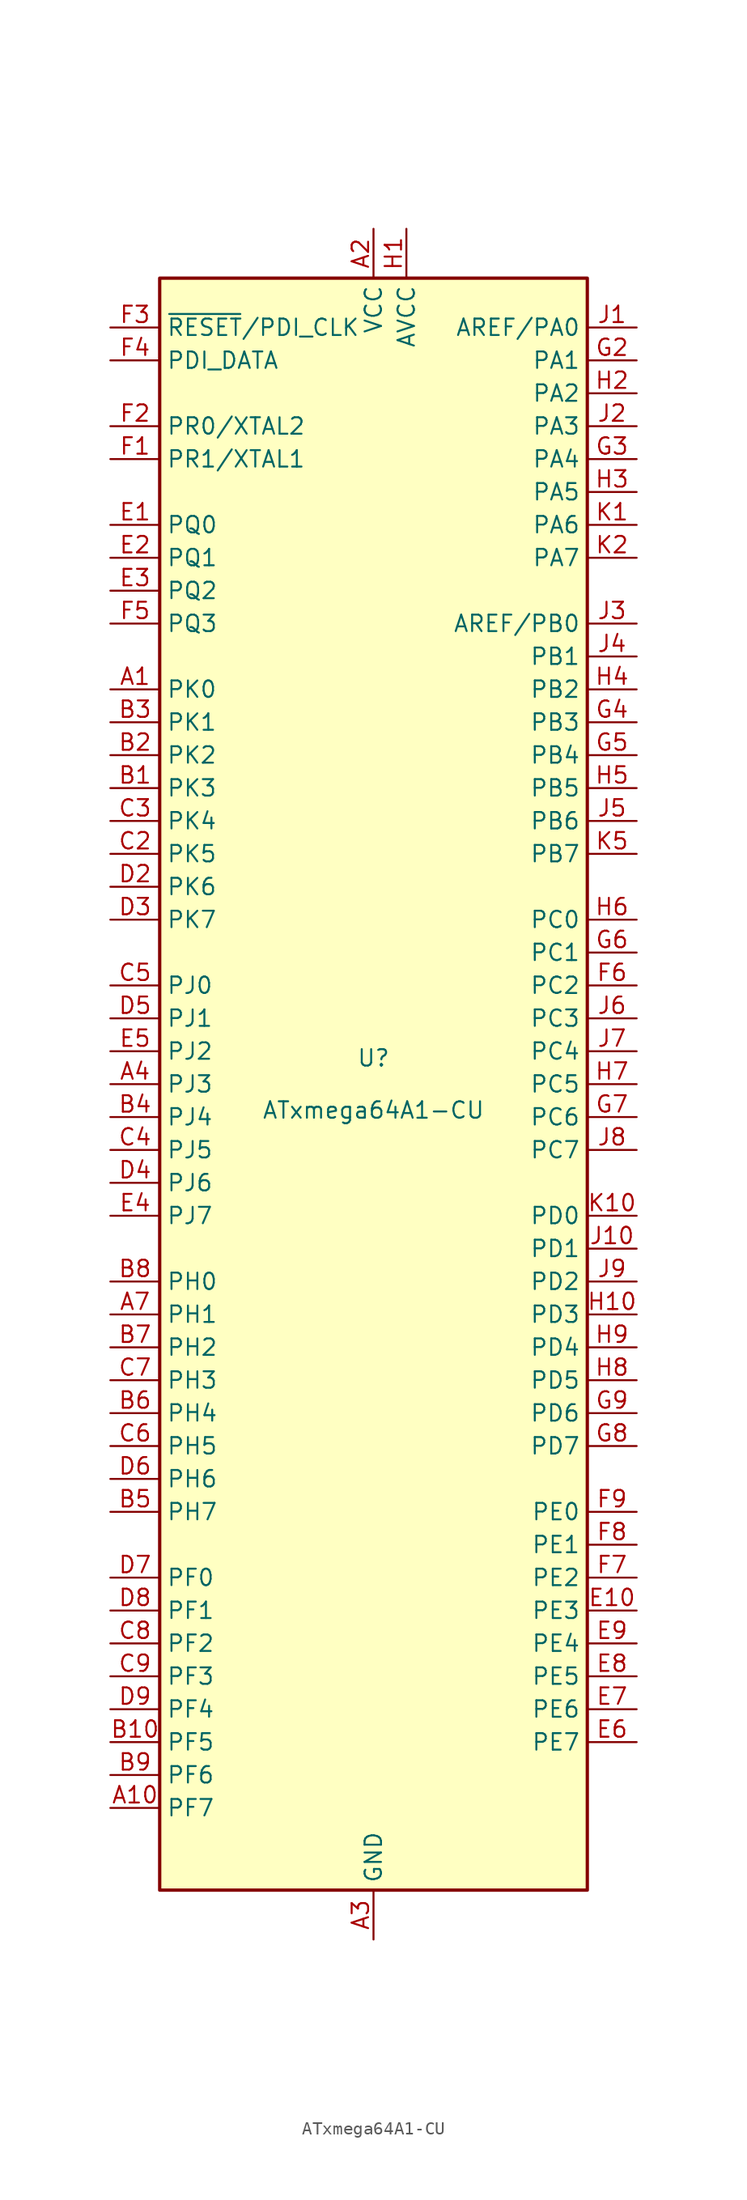
<source format=kicad_sym>
(kicad_symbol_lib
  (version 20201005)
  (generator kicad_symbol_editor)
  (symbol "ATxmega64A1-CU"
    (property "Reference" "U"
      (at 0 1.27 0)
      (effects (font (size 1.27 1.27)) (justify bottom)))
    (property "Value" "ATxmega64A1-CU"
      (at 0 -1.27 0)
      (effects (font (size 1.27 1.27)) (justify top)))
    (symbol "ATxmega64A1-CU_0_1"
      (rectangle (start -16.51 -62.23) (end 16.51 62.23) (stroke (width 0.254)) (fill (type background))))
    (symbol "ATxmega64A1-CU_1_1"
      (pin tri_state line (at -20.32 30.48 0) (length 3.81) (name "PK0" (effects (font (size 1.27 1.27)))) (number "A1" (effects (font (size 1.27 1.27)))))
      (pin tri_state line (at -20.32 -55.88 0) (length 3.81) (name "PF7" (effects (font (size 1.27 1.27)))) (number "A10" (effects (font (size 1.27 1.27)))))
      (pin power_in line (at 0 66.04 270) (length 3.81) (name "VCC" (effects (font (size 1.27 1.27)))) (number "A2" (effects (font (size 1.27 1.27)))))
      (pin power_in line (at 0 -66.04 90) (length 3.81) (name "GND" (effects (font (size 1.27 1.27)))) (number "A3" (effects (font (size 1.27 1.27)))))
      (pin tri_state line (at -20.32 0 0) (length 3.81) (name "PJ3" (effects (font (size 1.27 1.27)))) (number "A4" (effects (font (size 1.27 1.27)))))
      (pin passive line (at 0 66.04 270) (length 3.81) hide (name "VCC" (effects (font (size 1.27 1.27)))) (number "A5" (effects (font (size 1.27 1.27)))))
      (pin passive line (at 0 -66.04 90) (length 3.81) hide (name "GND" (effects (font (size 1.27 1.27)))) (number "A6" (effects (font (size 1.27 1.27)))))
      (pin tri_state line (at -20.32 -17.78 0) (length 3.81) (name "PH1" (effects (font (size 1.27 1.27)))) (number "A7" (effects (font (size 1.27 1.27)))))
      (pin passive line (at 0 -66.04 90) (length 3.81) hide (name "GND" (effects (font (size 1.27 1.27)))) (number "A8" (effects (font (size 1.27 1.27)))))
      (pin passive line (at 0 66.04 270) (length 3.81) hide (name "VCC" (effects (font (size 1.27 1.27)))) (number "A9" (effects (font (size 1.27 1.27)))))
      (pin tri_state line (at -20.32 22.86 0) (length 3.81) (name "PK3" (effects (font (size 1.27 1.27)))) (number "B1" (effects (font (size 1.27 1.27)))))
      (pin tri_state line (at -20.32 -50.8 0) (length 3.81) (name "PF5" (effects (font (size 1.27 1.27)))) (number "B10" (effects (font (size 1.27 1.27)))))
      (pin tri_state line (at -20.32 25.4 0) (length 3.81) (name "PK2" (effects (font (size 1.27 1.27)))) (number "B2" (effects (font (size 1.27 1.27)))))
      (pin tri_state line (at -20.32 27.94 0) (length 3.81) (name "PK1" (effects (font (size 1.27 1.27)))) (number "B3" (effects (font (size 1.27 1.27)))))
      (pin tri_state line (at -20.32 -2.54 0) (length 3.81) (name "PJ4" (effects (font (size 1.27 1.27)))) (number "B4" (effects (font (size 1.27 1.27)))))
      (pin tri_state line (at -20.32 -33.02 0) (length 3.81) (name "PH7" (effects (font (size 1.27 1.27)))) (number "B5" (effects (font (size 1.27 1.27)))))
      (pin tri_state line (at -20.32 -25.4 0) (length 3.81) (name "PH4" (effects (font (size 1.27 1.27)))) (number "B6" (effects (font (size 1.27 1.27)))))
      (pin tri_state line (at -20.32 -20.32 0) (length 3.81) (name "PH2" (effects (font (size 1.27 1.27)))) (number "B7" (effects (font (size 1.27 1.27)))))
      (pin tri_state line (at -20.32 -15.24 0) (length 3.81) (name "PH0" (effects (font (size 1.27 1.27)))) (number "B8" (effects (font (size 1.27 1.27)))))
      (pin tri_state line (at -20.32 -53.34 0) (length 3.81) (name "PF6" (effects (font (size 1.27 1.27)))) (number "B9" (effects (font (size 1.27 1.27)))))
      (pin passive line (at 0 66.04 270) (length 3.81) hide (name "VCC" (effects (font (size 1.27 1.27)))) (number "C1" (effects (font (size 1.27 1.27)))))
      (pin passive line (at 0 66.04 270) (length 3.81) hide (name "VCC" (effects (font (size 1.27 1.27)))) (number "C10" (effects (font (size 1.27 1.27)))))
      (pin tri_state line (at -20.32 17.78 0) (length 3.81) (name "PK5" (effects (font (size 1.27 1.27)))) (number "C2" (effects (font (size 1.27 1.27)))))
      (pin tri_state line (at -20.32 20.32 0) (length 3.81) (name "PK4" (effects (font (size 1.27 1.27)))) (number "C3" (effects (font (size 1.27 1.27)))))
      (pin tri_state line (at -20.32 -5.08 0) (length 3.81) (name "PJ5" (effects (font (size 1.27 1.27)))) (number "C4" (effects (font (size 1.27 1.27)))))
      (pin tri_state line (at -20.32 7.62 0) (length 3.81) (name "PJ0" (effects (font (size 1.27 1.27)))) (number "C5" (effects (font (size 1.27 1.27)))))
      (pin tri_state line (at -20.32 -27.94 0) (length 3.81) (name "PH5" (effects (font (size 1.27 1.27)))) (number "C6" (effects (font (size 1.27 1.27)))))
      (pin tri_state line (at -20.32 -22.86 0) (length 3.81) (name "PH3" (effects (font (size 1.27 1.27)))) (number "C7" (effects (font (size 1.27 1.27)))))
      (pin tri_state line (at -20.32 -43.18 0) (length 3.81) (name "PF2" (effects (font (size 1.27 1.27)))) (number "C8" (effects (font (size 1.27 1.27)))))
      (pin tri_state line (at -20.32 -45.72 0) (length 3.81) (name "PF3" (effects (font (size 1.27 1.27)))) (number "C9" (effects (font (size 1.27 1.27)))))
      (pin passive line (at 0 -66.04 90) (length 3.81) hide (name "GND" (effects (font (size 1.27 1.27)))) (number "D1" (effects (font (size 1.27 1.27)))))
      (pin passive line (at 0 -66.04 90) (length 3.81) hide (name "GND" (effects (font (size 1.27 1.27)))) (number "D10" (effects (font (size 1.27 1.27)))))
      (pin tri_state line (at -20.32 15.24 0) (length 3.81) (name "PK6" (effects (font (size 1.27 1.27)))) (number "D2" (effects (font (size 1.27 1.27)))))
      (pin tri_state line (at -20.32 12.7 0) (length 3.81) (name "PK7" (effects (font (size 1.27 1.27)))) (number "D3" (effects (font (size 1.27 1.27)))))
      (pin tri_state line (at -20.32 -7.62 0) (length 3.81) (name "PJ6" (effects (font (size 1.27 1.27)))) (number "D4" (effects (font (size 1.27 1.27)))))
      (pin tri_state line (at -20.32 5.08 0) (length 3.81) (name "PJ1" (effects (font (size 1.27 1.27)))) (number "D5" (effects (font (size 1.27 1.27)))))
      (pin tri_state line (at -20.32 -30.48 0) (length 3.81) (name "PH6" (effects (font (size 1.27 1.27)))) (number "D6" (effects (font (size 1.27 1.27)))))
      (pin tri_state line (at -20.32 -38.1 0) (length 3.81) (name "PF0" (effects (font (size 1.27 1.27)))) (number "D7" (effects (font (size 1.27 1.27)))))
      (pin tri_state line (at -20.32 -40.64 0) (length 3.81) (name "PF1" (effects (font (size 1.27 1.27)))) (number "D8" (effects (font (size 1.27 1.27)))))
      (pin tri_state line (at -20.32 -48.26 0) (length 3.81) (name "PF4" (effects (font (size 1.27 1.27)))) (number "D9" (effects (font (size 1.27 1.27)))))
      (pin tri_state line (at -20.32 43.18 0) (length 3.81) (name "PQ0" (effects (font (size 1.27 1.27)))) (number "E1" (effects (font (size 1.27 1.27)))))
      (pin tri_state line (at 20.32 -40.64 180) (length 3.81) (name "PE3" (effects (font (size 1.27 1.27)))) (number "E10" (effects (font (size 1.27 1.27)))))
      (pin tri_state line (at -20.32 40.64 0) (length 3.81) (name "PQ1" (effects (font (size 1.27 1.27)))) (number "E2" (effects (font (size 1.27 1.27)))))
      (pin tri_state line (at -20.32 38.1 0) (length 3.81) (name "PQ2" (effects (font (size 1.27 1.27)))) (number "E3" (effects (font (size 1.27 1.27)))))
      (pin tri_state line (at -20.32 -10.16 0) (length 3.81) (name "PJ7" (effects (font (size 1.27 1.27)))) (number "E4" (effects (font (size 1.27 1.27)))))
      (pin tri_state line (at -20.32 2.54 0) (length 3.81) (name "PJ2" (effects (font (size 1.27 1.27)))) (number "E5" (effects (font (size 1.27 1.27)))))
      (pin tri_state line (at 20.32 -50.8 180) (length 3.81) (name "PE7" (effects (font (size 1.27 1.27)))) (number "E6" (effects (font (size 1.27 1.27)))))
      (pin tri_state line (at 20.32 -48.26 180) (length 3.81) (name "PE6" (effects (font (size 1.27 1.27)))) (number "E7" (effects (font (size 1.27 1.27)))))
      (pin tri_state line (at 20.32 -45.72 180) (length 3.81) (name "PE5" (effects (font (size 1.27 1.27)))) (number "E8" (effects (font (size 1.27 1.27)))))
      (pin tri_state line (at 20.32 -43.18 180) (length 3.81) (name "PE4" (effects (font (size 1.27 1.27)))) (number "E9" (effects (font (size 1.27 1.27)))))
      (pin tri_state line (at -20.32 48.26 0) (length 3.81) (name "PR1/XTAL1" (effects (font (size 1.27 1.27)))) (number "F1" (effects (font (size 1.27 1.27)))))
      (pin passive line (at 0 66.04 270) (length 3.81) hide (name "VCC" (effects (font (size 1.27 1.27)))) (number "F10" (effects (font (size 1.27 1.27)))))
      (pin tri_state line (at -20.32 50.8 0) (length 3.81) (name "PR0/XTAL2" (effects (font (size 1.27 1.27)))) (number "F2" (effects (font (size 1.27 1.27)))))
      (pin input line (at -20.32 58.42 0) (length 3.81) (name "~RESET~/PDI_CLK" (effects (font (size 1.27 1.27)))) (number "F3" (effects (font (size 1.27 1.27)))))
      (pin bidirectional line (at -20.32 55.88 0) (length 3.81) (name "PDI_DATA" (effects (font (size 1.27 1.27)))) (number "F4" (effects (font (size 1.27 1.27)))))
      (pin tri_state line (at -20.32 35.56 0) (length 3.81) (name "PQ3" (effects (font (size 1.27 1.27)))) (number "F5" (effects (font (size 1.27 1.27)))))
      (pin tri_state line (at 20.32 7.62 180) (length 3.81) (name "PC2" (effects (font (size 1.27 1.27)))) (number "F6" (effects (font (size 1.27 1.27)))))
      (pin tri_state line (at 20.32 -38.1 180) (length 3.81) (name "PE2" (effects (font (size 1.27 1.27)))) (number "F7" (effects (font (size 1.27 1.27)))))
      (pin tri_state line (at 20.32 -35.56 180) (length 3.81) (name "PE1" (effects (font (size 1.27 1.27)))) (number "F8" (effects (font (size 1.27 1.27)))))
      (pin tri_state line (at 20.32 -33.02 180) (length 3.81) (name "PE0" (effects (font (size 1.27 1.27)))) (number "F9" (effects (font (size 1.27 1.27)))))
      (pin passive line (at 0 -66.04 90) (length 3.81) hide (name "GND" (effects (font (size 1.27 1.27)))) (number "G1" (effects (font (size 1.27 1.27)))))
      (pin passive line (at 0 -66.04 90) (length 3.81) hide (name "GND" (effects (font (size 1.27 1.27)))) (number "G10" (effects (font (size 1.27 1.27)))))
      (pin tri_state line (at 20.32 55.88 180) (length 3.81) (name "PA1" (effects (font (size 1.27 1.27)))) (number "G2" (effects (font (size 1.27 1.27)))))
      (pin tri_state line (at 20.32 48.26 180) (length 3.81) (name "PA4" (effects (font (size 1.27 1.27)))) (number "G3" (effects (font (size 1.27 1.27)))))
      (pin tri_state line (at 20.32 27.94 180) (length 3.81) (name "PB3" (effects (font (size 1.27 1.27)))) (number "G4" (effects (font (size 1.27 1.27)))))
      (pin tri_state line (at 20.32 25.4 180) (length 3.81) (name "PB4" (effects (font (size 1.27 1.27)))) (number "G5" (effects (font (size 1.27 1.27)))))
      (pin tri_state line (at 20.32 10.16 180) (length 3.81) (name "PC1" (effects (font (size 1.27 1.27)))) (number "G6" (effects (font (size 1.27 1.27)))))
      (pin tri_state line (at 20.32 -2.54 180) (length 3.81) (name "PC6" (effects (font (size 1.27 1.27)))) (number "G7" (effects (font (size 1.27 1.27)))))
      (pin tri_state line (at 20.32 -27.94 180) (length 3.81) (name "PD7" (effects (font (size 1.27 1.27)))) (number "G8" (effects (font (size 1.27 1.27)))))
      (pin tri_state line (at 20.32 -25.4 180) (length 3.81) (name "PD6" (effects (font (size 1.27 1.27)))) (number "G9" (effects (font (size 1.27 1.27)))))
      (pin power_in line (at 2.54 66.04 270) (length 3.81) (name "AVCC" (effects (font (size 1.27 1.27)))) (number "H1" (effects (font (size 1.27 1.27)))))
      (pin tri_state line (at 20.32 -17.78 180) (length 3.81) (name "PD3" (effects (font (size 1.27 1.27)))) (number "H10" (effects (font (size 1.27 1.27)))))
      (pin tri_state line (at 20.32 53.34 180) (length 3.81) (name "PA2" (effects (font (size 1.27 1.27)))) (number "H2" (effects (font (size 1.27 1.27)))))
      (pin tri_state line (at 20.32 45.72 180) (length 3.81) (name "PA5" (effects (font (size 1.27 1.27)))) (number "H3" (effects (font (size 1.27 1.27)))))
      (pin tri_state line (at 20.32 30.48 180) (length 3.81) (name "PB2" (effects (font (size 1.27 1.27)))) (number "H4" (effects (font (size 1.27 1.27)))))
      (pin tri_state line (at 20.32 22.86 180) (length 3.81) (name "PB5" (effects (font (size 1.27 1.27)))) (number "H5" (effects (font (size 1.27 1.27)))))
      (pin tri_state line (at 20.32 12.7 180) (length 3.81) (name "PC0" (effects (font (size 1.27 1.27)))) (number "H6" (effects (font (size 1.27 1.27)))))
      (pin tri_state line (at 20.32 0 180) (length 3.81) (name "PC5" (effects (font (size 1.27 1.27)))) (number "H7" (effects (font (size 1.27 1.27)))))
      (pin tri_state line (at 20.32 -22.86 180) (length 3.81) (name "PD5" (effects (font (size 1.27 1.27)))) (number "H8" (effects (font (size 1.27 1.27)))))
      (pin tri_state line (at 20.32 -20.32 180) (length 3.81) (name "PD4" (effects (font (size 1.27 1.27)))) (number "H9" (effects (font (size 1.27 1.27)))))
      (pin tri_state line (at 20.32 58.42 180) (length 3.81) (name "AREF/PA0" (effects (font (size 1.27 1.27)))) (number "J1" (effects (font (size 1.27 1.27)))))
      (pin tri_state line (at 20.32 -12.7 180) (length 3.81) (name "PD1" (effects (font (size 1.27 1.27)))) (number "J10" (effects (font (size 1.27 1.27)))))
      (pin tri_state line (at 20.32 50.8 180) (length 3.81) (name "PA3" (effects (font (size 1.27 1.27)))) (number "J2" (effects (font (size 1.27 1.27)))))
      (pin tri_state line (at 20.32 35.56 180) (length 3.81) (name "AREF/PB0" (effects (font (size 1.27 1.27)))) (number "J3" (effects (font (size 1.27 1.27)))))
      (pin tri_state line (at 20.32 33.02 180) (length 3.81) (name "PB1" (effects (font (size 1.27 1.27)))) (number "J4" (effects (font (size 1.27 1.27)))))
      (pin tri_state line (at 20.32 20.32 180) (length 3.81) (name "PB6" (effects (font (size 1.27 1.27)))) (number "J5" (effects (font (size 1.27 1.27)))))
      (pin tri_state line (at 20.32 5.08 180) (length 3.81) (name "PC3" (effects (font (size 1.27 1.27)))) (number "J6" (effects (font (size 1.27 1.27)))))
      (pin tri_state line (at 20.32 2.54 180) (length 3.81) (name "PC4" (effects (font (size 1.27 1.27)))) (number "J7" (effects (font (size 1.27 1.27)))))
      (pin tri_state line (at 20.32 -5.08 180) (length 3.81) (name "PC7" (effects (font (size 1.27 1.27)))) (number "J8" (effects (font (size 1.27 1.27)))))
      (pin tri_state line (at 20.32 -15.24 180) (length 3.81) (name "PD2" (effects (font (size 1.27 1.27)))) (number "J9" (effects (font (size 1.27 1.27)))))
      (pin tri_state line (at 20.32 43.18 180) (length 3.81) (name "PA6" (effects (font (size 1.27 1.27)))) (number "K1" (effects (font (size 1.27 1.27)))))
      (pin tri_state line (at 20.32 -10.16 180) (length 3.81) (name "PD0" (effects (font (size 1.27 1.27)))) (number "K10" (effects (font (size 1.27 1.27)))))
      (pin tri_state line (at 20.32 40.64 180) (length 3.81) (name "PA7" (effects (font (size 1.27 1.27)))) (number "K2" (effects (font (size 1.27 1.27)))))
      (pin passive line (at 0 -66.04 90) (length 3.81) hide (name "GND" (effects (font (size 1.27 1.27)))) (number "K3" (effects (font (size 1.27 1.27)))))
      (pin passive line (at 2.54 66.04 270) (length 3.81) hide (name "AVCC" (effects (font (size 1.27 1.27)))) (number "K4" (effects (font (size 1.27 1.27)))))
      (pin tri_state line (at 20.32 17.78 180) (length 3.81) (name "PB7" (effects (font (size 1.27 1.27)))) (number "K5" (effects (font (size 1.27 1.27)))))
      (pin passive line (at 0 66.04 270) (length 3.81) hide (name "VCC" (effects (font (size 1.27 1.27)))) (number "K6" (effects (font (size 1.27 1.27)))))
      (pin passive line (at 0 -66.04 90) (length 3.81) hide (name "GND" (effects (font (size 1.27 1.27)))) (number "K7" (effects (font (size 1.27 1.27)))))
      (pin passive line (at 0 66.04 270) (length 3.81) hide (name "VCC" (effects (font (size 1.27 1.27)))) (number "K8" (effects (font (size 1.27 1.27)))))
      (pin passive line (at 0 -66.04 90) (length 3.81) hide (name "GND" (effects (font (size 1.27 1.27)))) (number "K9" (effects (font (size 1.27 1.27))))))))
</source>
